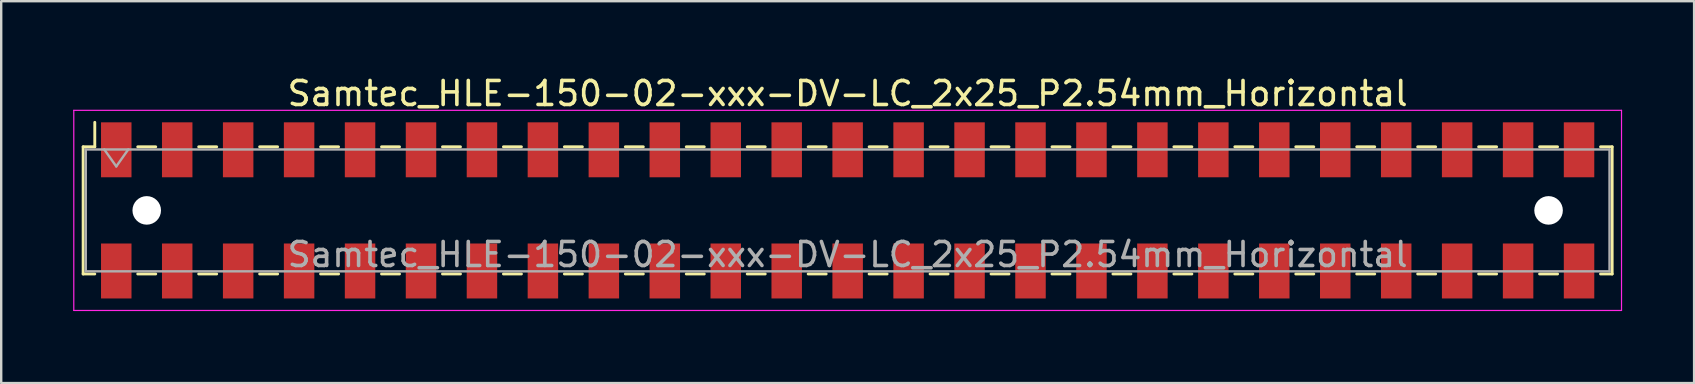
<source format=kicad_pcb>
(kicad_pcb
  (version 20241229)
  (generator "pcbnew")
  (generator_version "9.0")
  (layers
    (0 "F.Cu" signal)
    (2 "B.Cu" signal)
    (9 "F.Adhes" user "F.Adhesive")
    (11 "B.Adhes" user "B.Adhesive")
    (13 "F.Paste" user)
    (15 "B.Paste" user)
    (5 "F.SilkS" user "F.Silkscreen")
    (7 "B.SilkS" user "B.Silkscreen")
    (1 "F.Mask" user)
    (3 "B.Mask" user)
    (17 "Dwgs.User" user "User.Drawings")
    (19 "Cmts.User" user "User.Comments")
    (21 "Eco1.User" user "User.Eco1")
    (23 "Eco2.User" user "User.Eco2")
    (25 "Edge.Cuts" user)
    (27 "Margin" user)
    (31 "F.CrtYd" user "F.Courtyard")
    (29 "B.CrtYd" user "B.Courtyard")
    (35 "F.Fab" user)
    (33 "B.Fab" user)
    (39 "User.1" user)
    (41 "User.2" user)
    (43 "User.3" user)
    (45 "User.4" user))
  (footprint "Samtec_HLE-150-02-xxx-DV-LC_2x25_P2.54mm_Horizontal"
    (layer "F.Cu")
    (at 32.275 5.718)
    (property "Reference" "Samtec_HLE-150-02-xxx-DV-LC_2x25_P2.54mm_Horizontal" (at 0 -4.87 0) (layer "F.SilkS") (effects (font (size 1 1) (thickness 0.15))))
    (attr smd)
    (fp_line (start -31.86 -2.65) (end -31.86 2.65) (stroke (width 0.12) (type solid)) (layer "F.SilkS"))
    (fp_line (start -31.86 2.65) (end -31.375 2.65) (stroke (width 0.12) (type solid)) (layer "F.SilkS"))
    (fp_line (start -31.375 -3.67) (end -31.375 -2.65) (stroke (width 0.12) (type solid)) (layer "F.SilkS"))
    (fp_line (start -31.375 -2.65) (end -31.86 -2.65) (stroke (width 0.12) (type solid)) (layer "F.SilkS"))
    (fp_line (start -29.585 -2.65) (end -28.835 -2.65) (stroke (width 0.12) (type solid)) (layer "F.SilkS"))
    (fp_line (start -29.585 2.65) (end -28.835 2.65) (stroke (width 0.12) (type solid)) (layer "F.SilkS"))
    (fp_line (start -27.045 -2.65) (end -26.295 -2.65) (stroke (width 0.12) (type solid)) (layer "F.SilkS"))
    (fp_line (start -27.045 2.65) (end -26.295 2.65) (stroke (width 0.12) (type solid)) (layer "F.SilkS"))
    (fp_line (start -24.505 -2.65) (end -23.755 -2.65) (stroke (width 0.12) (type solid)) (layer "F.SilkS"))
    (fp_line (start -24.505 2.65) (end -23.755 2.65) (stroke (width 0.12) (type solid)) (layer "F.SilkS"))
    (fp_line (start -21.965 -2.65) (end -21.215 -2.65) (stroke (width 0.12) (type solid)) (layer "F.SilkS"))
    (fp_line (start -21.965 2.65) (end -21.215 2.65) (stroke (width 0.12) (type solid)) (layer "F.SilkS"))
    (fp_line (start -19.425 -2.65) (end -18.675 -2.65) (stroke (width 0.12) (type solid)) (layer "F.SilkS"))
    (fp_line (start -19.425 2.65) (end -18.675 2.65) (stroke (width 0.12) (type solid)) (layer "F.SilkS"))
    (fp_line (start -16.885 -2.65) (end -16.135 -2.65) (stroke (width 0.12) (type solid)) (layer "F.SilkS"))
    (fp_line (start -16.885 2.65) (end -16.135 2.65) (stroke (width 0.12) (type solid)) (layer "F.SilkS"))
    (fp_line (start -14.345 -2.65) (end -13.595 -2.65) (stroke (width 0.12) (type solid)) (layer "F.SilkS"))
    (fp_line (start -14.345 2.65) (end -13.595 2.65) (stroke (width 0.12) (type solid)) (layer "F.SilkS"))
    (fp_line (start -11.805 -2.65) (end -11.055 -2.65) (stroke (width 0.12) (type solid)) (layer "F.SilkS"))
    (fp_line (start -11.805 2.65) (end -11.055 2.65) (stroke (width 0.12) (type solid)) (layer "F.SilkS"))
    (fp_line (start -9.265 -2.65) (end -8.515 -2.65) (stroke (width 0.12) (type solid)) (layer "F.SilkS"))
    (fp_line (start -9.265 2.65) (end -8.515 2.65) (stroke (width 0.12) (type solid)) (layer "F.SilkS"))
    (fp_line (start -6.725 -2.65) (end -5.975 -2.65) (stroke (width 0.12) (type solid)) (layer "F.SilkS"))
    (fp_line (start -6.725 2.65) (end -5.975 2.65) (stroke (width 0.12) (type solid)) (layer "F.SilkS"))
    (fp_line (start -4.185 -2.65) (end -3.435 -2.65) (stroke (width 0.12) (type solid)) (layer "F.SilkS"))
    (fp_line (start -4.185 2.65) (end -3.435 2.65) (stroke (width 0.12) (type solid)) (layer "F.SilkS"))
    (fp_line (start -1.645 -2.65) (end -0.895 -2.65) (stroke (width 0.12) (type solid)) (layer "F.SilkS"))
    (fp_line (start -1.645 2.65) (end -0.895 2.65) (stroke (width 0.12) (type solid)) (layer "F.SilkS"))
    (fp_line (start 0.895 -2.65) (end 1.645 -2.65) (stroke (width 0.12) (type solid)) (layer "F.SilkS"))
    (fp_line (start 0.895 2.65) (end 1.645 2.65) (stroke (width 0.12) (type solid)) (layer "F.SilkS"))
    (fp_line (start 3.435 -2.65) (end 4.185 -2.65) (stroke (width 0.12) (type solid)) (layer "F.SilkS"))
    (fp_line (start 3.435 2.65) (end 4.185 2.65) (stroke (width 0.12) (type solid)) (layer "F.SilkS"))
    (fp_line (start 5.975 -2.65) (end 6.725 -2.65) (stroke (width 0.12) (type solid)) (layer "F.SilkS"))
    (fp_line (start 5.975 2.65) (end 6.725 2.65) (stroke (width 0.12) (type solid)) (layer "F.SilkS"))
    (fp_line (start 8.515 -2.65) (end 9.265 -2.65) (stroke (width 0.12) (type solid)) (layer "F.SilkS"))
    (fp_line (start 8.515 2.65) (end 9.265 2.65) (stroke (width 0.12) (type solid)) (layer "F.SilkS"))
    (fp_line (start 11.055 -2.65) (end 11.805 -2.65) (stroke (width 0.12) (type solid)) (layer "F.SilkS"))
    (fp_line (start 11.055 2.65) (end 11.805 2.65) (stroke (width 0.12) (type solid)) (layer "F.SilkS"))
    (fp_line (start 13.595 -2.65) (end 14.345 -2.65) (stroke (width 0.12) (type solid)) (layer "F.SilkS"))
    (fp_line (start 13.595 2.65) (end 14.345 2.65) (stroke (width 0.12) (type solid)) (layer "F.SilkS"))
    (fp_line (start 16.135 -2.65) (end 16.885 -2.65) (stroke (width 0.12) (type solid)) (layer "F.SilkS"))
    (fp_line (start 16.135 2.65) (end 16.885 2.65) (stroke (width 0.12) (type solid)) (layer "F.SilkS"))
    (fp_line (start 18.675 -2.65) (end 19.425 -2.65) (stroke (width 0.12) (type solid)) (layer "F.SilkS"))
    (fp_line (start 18.675 2.65) (end 19.425 2.65) (stroke (width 0.12) (type solid)) (layer "F.SilkS"))
    (fp_line (start 21.215 -2.65) (end 21.965 -2.65) (stroke (width 0.12) (type solid)) (layer "F.SilkS"))
    (fp_line (start 21.215 2.65) (end 21.965 2.65) (stroke (width 0.12) (type solid)) (layer "F.SilkS"))
    (fp_line (start 23.755 -2.65) (end 24.505 -2.65) (stroke (width 0.12) (type solid)) (layer "F.SilkS"))
    (fp_line (start 23.755 2.65) (end 24.505 2.65) (stroke (width 0.12) (type solid)) (layer "F.SilkS"))
    (fp_line (start 26.295 -2.65) (end 27.045 -2.65) (stroke (width 0.12) (type solid)) (layer "F.SilkS"))
    (fp_line (start 26.295 2.65) (end 27.045 2.65) (stroke (width 0.12) (type solid)) (layer "F.SilkS"))
    (fp_line (start 28.835 -2.65) (end 29.585 -2.65) (stroke (width 0.12) (type solid)) (layer "F.SilkS"))
    (fp_line (start 28.835 2.65) (end 29.585 2.65) (stroke (width 0.12) (type solid)) (layer "F.SilkS"))
    (fp_line (start 31.375 -2.65) (end 31.86 -2.65) (stroke (width 0.12) (type solid)) (layer "F.SilkS"))
    (fp_line (start 31.86 -2.65) (end 31.86 2.65) (stroke (width 0.12) (type solid)) (layer "F.SilkS"))
    (fp_line (start 31.86 2.65) (end 31.375 2.65) (stroke (width 0.12) (type solid)) (layer "F.SilkS"))
    (fp_line (start -32.25 -4.17) (end 32.25 -4.17) (stroke (width 0.05) (type solid)) (layer "F.CrtYd"))
    (fp_line (start -32.25 4.17) (end -32.25 -4.17) (stroke (width 0.05) (type solid)) (layer "F.CrtYd"))
    (fp_line (start 32.25 -4.17) (end 32.25 4.17) (stroke (width 0.05) (type solid)) (layer "F.CrtYd"))
    (fp_line (start 32.25 4.17) (end -32.25 4.17) (stroke (width 0.05) (type solid)) (layer "F.CrtYd"))
    (fp_line (start -31.75 -2.54) (end 31.75 -2.54) (stroke (width 0.1) (type solid)) (layer "F.Fab"))
    (fp_line (start -31.75 2.54) (end -31.75 -2.54) (stroke (width 0.1) (type solid)) (layer "F.Fab"))
    (fp_line (start -30.98 -2.54) (end -30.48 -1.833) (stroke (width 0.1) (type solid)) (layer "F.Fab"))
    (fp_line (start -30.48 -1.833) (end -29.98 -2.54) (stroke (width 0.1) (type solid)) (layer "F.Fab"))
    (fp_line (start 31.75 -2.54) (end 31.75 2.54) (stroke (width 0.1) (type solid)) (layer "F.Fab"))
    (fp_line (start 31.75 2.54) (end -31.75 2.54) (stroke (width 0.1) (type solid)) (layer "F.Fab"))
    (fp_text user "${REFERENCE}" (at 0 1.84 0) (layer "F.Fab") (effects (font (size 1 1) (thickness 0.15))))
    (pad "" np_thru_hole circle (at -29.21 0) (size 1.19 1.19) (drill 1.19) (layers "*.Cu" "*.Mask"))
    (pad "" np_thru_hole circle (at 29.21 0) (size 1.19 1.19) (drill 1.19) (layers "*.Cu" "*.Mask"))
    (pad "1" smd rect (at -30.48 -2.525) (size 1.27 2.29) (layers "F.Cu" "F.Mask" "F.Paste"))
    (pad "2" smd rect (at -30.48 2.525) (size 1.27 2.29) (layers "F.Cu" "F.Mask" "F.Paste"))
    (pad "3" smd rect (at -27.94 -2.525) (size 1.27 2.29) (layers "F.Cu" "F.Mask" "F.Paste"))
    (pad "4" smd rect (at -27.94 2.525) (size 1.27 2.29) (layers "F.Cu" "F.Mask" "F.Paste"))
    (pad "5" smd rect (at -25.4 -2.525) (size 1.27 2.29) (layers "F.Cu" "F.Mask" "F.Paste"))
    (pad "6" smd rect (at -25.4 2.525) (size 1.27 2.29) (layers "F.Cu" "F.Mask" "F.Paste"))
    (pad "7" smd rect (at -22.86 -2.525) (size 1.27 2.29) (layers "F.Cu" "F.Mask" "F.Paste"))
    (pad "8" smd rect (at -22.86 2.525) (size 1.27 2.29) (layers "F.Cu" "F.Mask" "F.Paste"))
    (pad "9" smd rect (at -20.32 -2.525) (size 1.27 2.29) (layers "F.Cu" "F.Mask" "F.Paste"))
    (pad "10" smd rect (at -20.32 2.525) (size 1.27 2.29) (layers "F.Cu" "F.Mask" "F.Paste"))
    (pad "11" smd rect (at -17.78 -2.525) (size 1.27 2.29) (layers "F.Cu" "F.Mask" "F.Paste"))
    (pad "12" smd rect (at -17.78 2.525) (size 1.27 2.29) (layers "F.Cu" "F.Mask" "F.Paste"))
    (pad "13" smd rect (at -15.24 -2.525) (size 1.27 2.29) (layers "F.Cu" "F.Mask" "F.Paste"))
    (pad "14" smd rect (at -15.24 2.525) (size 1.27 2.29) (layers "F.Cu" "F.Mask" "F.Paste"))
    (pad "15" smd rect (at -12.7 -2.525) (size 1.27 2.29) (layers "F.Cu" "F.Mask" "F.Paste"))
    (pad "16" smd rect (at -12.7 2.525) (size 1.27 2.29) (layers "F.Cu" "F.Mask" "F.Paste"))
    (pad "17" smd rect (at -10.16 -2.525) (size 1.27 2.29) (layers "F.Cu" "F.Mask" "F.Paste"))
    (pad "18" smd rect (at -10.16 2.525) (size 1.27 2.29) (layers "F.Cu" "F.Mask" "F.Paste"))
    (pad "19" smd rect (at -7.62 -2.525) (size 1.27 2.29) (layers "F.Cu" "F.Mask" "F.Paste"))
    (pad "20" smd rect (at -7.62 2.525) (size 1.27 2.29) (layers "F.Cu" "F.Mask" "F.Paste"))
    (pad "21" smd rect (at -5.08 -2.525) (size 1.27 2.29) (layers "F.Cu" "F.Mask" "F.Paste"))
    (pad "22" smd rect (at -5.08 2.525) (size 1.27 2.29) (layers "F.Cu" "F.Mask" "F.Paste"))
    (pad "23" smd rect (at -2.54 -2.525) (size 1.27 2.29) (layers "F.Cu" "F.Mask" "F.Paste"))
    (pad "24" smd rect (at -2.54 2.525) (size 1.27 2.29) (layers "F.Cu" "F.Mask" "F.Paste"))
    (pad "25" smd rect (at 0 -2.525) (size 1.27 2.29) (layers "F.Cu" "F.Mask" "F.Paste"))
    (pad "26" smd rect (at 0 2.525) (size 1.27 2.29) (layers "F.Cu" "F.Mask" "F.Paste"))
    (pad "27" smd rect (at 2.54 -2.525) (size 1.27 2.29) (layers "F.Cu" "F.Mask" "F.Paste"))
    (pad "28" smd rect (at 2.54 2.525) (size 1.27 2.29) (layers "F.Cu" "F.Mask" "F.Paste"))
    (pad "29" smd rect (at 5.08 -2.525) (size 1.27 2.29) (layers "F.Cu" "F.Mask" "F.Paste"))
    (pad "30" smd rect (at 5.08 2.525) (size 1.27 2.29) (layers "F.Cu" "F.Mask" "F.Paste"))
    (pad "31" smd rect (at 7.62 -2.525) (size 1.27 2.29) (layers "F.Cu" "F.Mask" "F.Paste"))
    (pad "32" smd rect (at 7.62 2.525) (size 1.27 2.29) (layers "F.Cu" "F.Mask" "F.Paste"))
    (pad "33" smd rect (at 10.16 -2.525) (size 1.27 2.29) (layers "F.Cu" "F.Mask" "F.Paste"))
    (pad "34" smd rect (at 10.16 2.525) (size 1.27 2.29) (layers "F.Cu" "F.Mask" "F.Paste"))
    (pad "35" smd rect (at 12.7 -2.525) (size 1.27 2.29) (layers "F.Cu" "F.Mask" "F.Paste"))
    (pad "36" smd rect (at 12.7 2.525) (size 1.27 2.29) (layers "F.Cu" "F.Mask" "F.Paste"))
    (pad "37" smd rect (at 15.24 -2.525) (size 1.27 2.29) (layers "F.Cu" "F.Mask" "F.Paste"))
    (pad "38" smd rect (at 15.24 2.525) (size 1.27 2.29) (layers "F.Cu" "F.Mask" "F.Paste"))
    (pad "39" smd rect (at 17.78 -2.525) (size 1.27 2.29) (layers "F.Cu" "F.Mask" "F.Paste"))
    (pad "40" smd rect (at 17.78 2.525) (size 1.27 2.29) (layers "F.Cu" "F.Mask" "F.Paste"))
    (pad "41" smd rect (at 20.32 -2.525) (size 1.27 2.29) (layers "F.Cu" "F.Mask" "F.Paste"))
    (pad "42" smd rect (at 20.32 2.525) (size 1.27 2.29) (layers "F.Cu" "F.Mask" "F.Paste"))
    (pad "43" smd rect (at 22.86 -2.525) (size 1.27 2.29) (layers "F.Cu" "F.Mask" "F.Paste"))
    (pad "44" smd rect (at 22.86 2.525) (size 1.27 2.29) (layers "F.Cu" "F.Mask" "F.Paste"))
    (pad "45" smd rect (at 25.4 -2.525) (size 1.27 2.29) (layers "F.Cu" "F.Mask" "F.Paste"))
    (pad "46" smd rect (at 25.4 2.525) (size 1.27 2.29) (layers "F.Cu" "F.Mask" "F.Paste"))
    (pad "47" smd rect (at 27.94 -2.525) (size 1.27 2.29) (layers "F.Cu" "F.Mask" "F.Paste"))
    (pad "48" smd rect (at 27.94 2.525) (size 1.27 2.29) (layers "F.Cu" "F.Mask" "F.Paste"))
    (pad "49" smd rect (at 30.48 -2.525) (size 1.27 2.29) (layers "F.Cu" "F.Mask" "F.Paste"))
    (pad "50" smd rect (at 30.48 2.525) (size 1.27 2.29) (layers "F.Cu" "F.Mask" "F.Paste")))
  (gr_rect
    (start -3 -3)
    (end 67.55 12.913)
    (stroke (width 0.1) (type default))
    (fill no)
    (layer "Edge.Cuts")))
</source>
